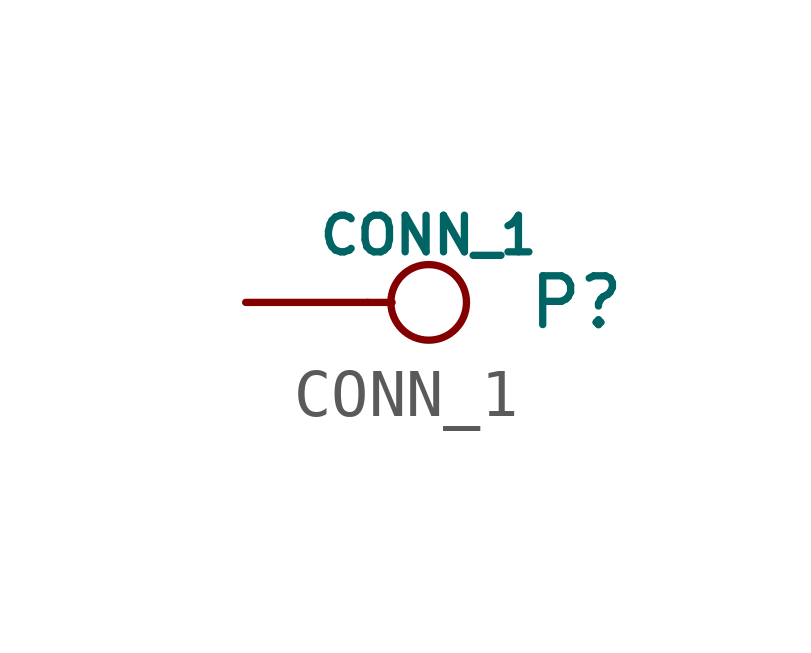
<source format=kicad_sym>
(kicad_symbol_lib
  (version 20201005)
  (generator kicad_symbol_editor)
  (symbol "test_pads_inside_pads_schlib:CONN_1"
    (pin_numbers hide)
    (pin_names
      (offset 0.762) hide)
    (property "Reference" "P"
      (at 2.032 0 0)
      (effects (font (size 1.016 1.016)) (justify left)))
    (property "Value" "CONN_1"
      (at 0 1.397 0)
      (effects (font (size 0.762 0.762))))
    (property "Footprint" ""
      (at 0 0 0)
      (effects (font (size 1.524 1.524))))
    (property "Datasheet" ""
      (at 0 0 0)
      (effects (font (size 1.524 1.524))))
    (symbol "CONN_1_0_1"
      (circle (center 0 0) (radius 0.787) (stroke (width 0)) (fill (type none)))
      (polyline (pts (xy -0.762 0) (xy -1.27 0)) (stroke (width 0)) (fill (type none))))
    (symbol "CONN_1_1_1"
      (pin passive line (at -3.81 0 0) (length 2.54) (name "1" (effects (font (size 1.524 1.524)))) (number "1" (effects (font (size 1.524 1.524))))))))
</source>
